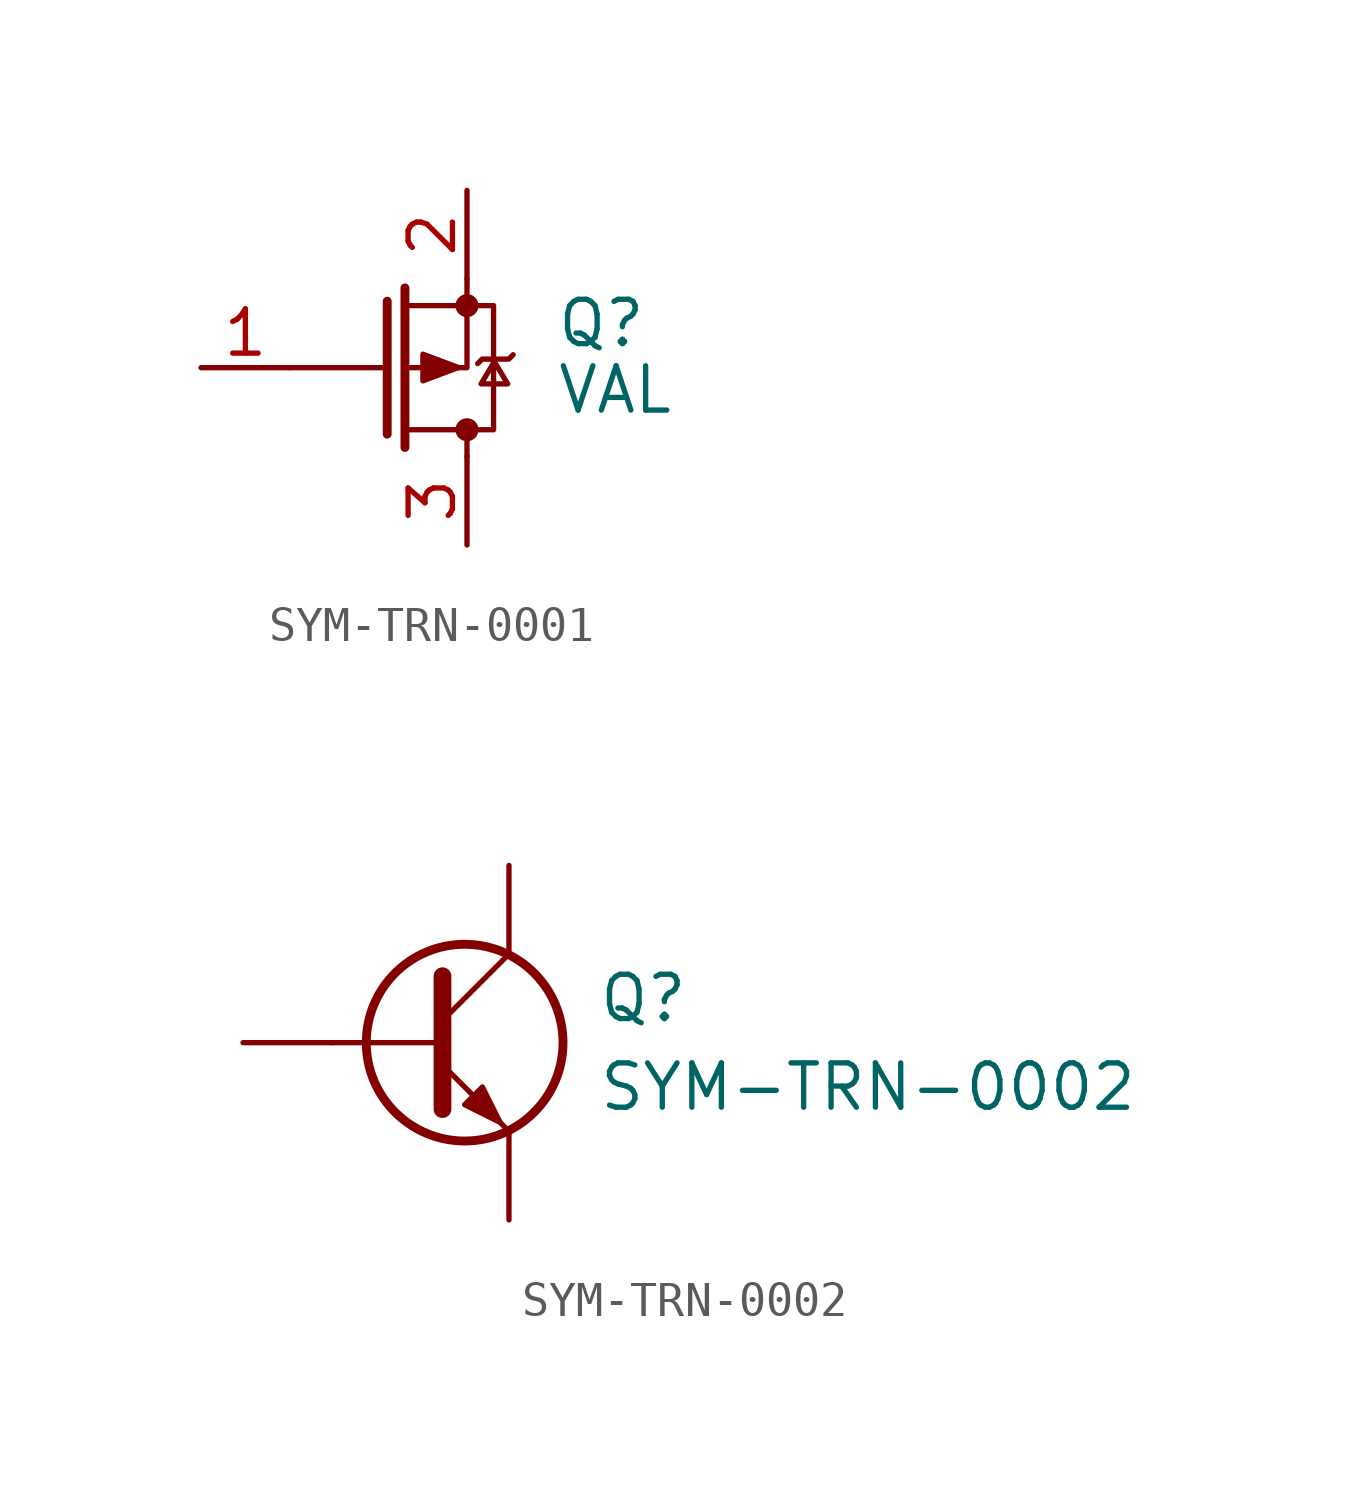
<source format=kicad_sym>
(kicad_symbol_lib
  (version 20241209)
  (generator "kicad_symbol_editor")
  (generator_version "9.0")
  (symbol "SYM-TRN-0001"
    (pin_names
      (offset 0)
      (hide yes))
    (property "Reference" "Q"
      (at 5.08 1.27 0)
      (effects (font (size 1.27 1.27)) (justify left)))
    (property "Value" "VAL"
      (at 5.08 -0.635 0)
      (effects (font (size 1.27 1.27)) (justify left)))
    (symbol "SYM-TRN-0001_0_1"
      (polyline (pts (xy 0.254 0) (xy -2.54 0)) (stroke (width 0) (type default)) (fill (type none)))
      (polyline (pts (xy 0.254 -1.905) (xy 0.254 1.905)) (stroke (width 0.254) (type default)) (fill (type none)))
      (polyline (pts (xy 0.762 1.778) (xy 3.302 1.778) (xy 3.302 -1.778) (xy 0.762 -1.778)) (stroke (width 0) (type default)) (fill (type none)))
      (polyline (pts (xy 0.762 -2.286) (xy 0.762 2.286)) (stroke (width 0.254) (type default)) (fill (type none)))
      (polyline (pts (xy 2.294 0.005) (xy 1.278 0.386) (xy 1.278 -0.376) (xy 2.294 0.005)) (stroke (width 0) (type default)) (fill (type outline)))
      (polyline (pts (xy 2.54 2.54) (xy 2.54 0) (xy 0.762 0)) (stroke (width 0) (type default)) (fill (type none)))
      (circle (center 2.54 1.778) (radius 0.254) (stroke (width 0) (type default)) (fill (type outline)))
      (circle (center 2.54 -1.778) (radius 0.254) (stroke (width 0) (type default)) (fill (type outline)))
      (polyline (pts (xy 2.54 -2.54) (xy 2.54 -1.778)) (stroke (width 0) (type default)) (fill (type none)))
      (polyline (pts (xy 3.325 0.171) (xy 3.706 -0.464) (xy 2.944 -0.464) (xy 3.325 0.171)) (stroke (width 0) (type default)) (fill (type none)))
      (polyline (pts (xy 3.863 0.372) (xy 3.736 0.245) (xy 2.974 0.245) (xy 2.847 0.118)) (stroke (width 0) (type default)) (fill (type none))))
    (symbol "SYM-TRN-0001_1_1"
      (pin input line (at -5.08 0 0) (length 2.54) (name "G" (effects (font (size 1.27 1.27)))) (number "1" (effects (font (size 1.27 1.27)))))
      (pin passive line (at 2.54 5.08 270) (length 2.54) (name "S" (effects (font (size 1.27 1.27)))) (number "2" (effects (font (size 1.27 1.27)))))
      (pin passive line (at 2.54 -5.08 90) (length 2.54) (name "D" (effects (font (size 1.27 1.27)))) (number "3" (effects (font (size 1.27 1.27)))))))
  (symbol "SYM-TRN-0002"
    (pin_numbers
      (hide yes))
    (pin_names
      (offset 0)
      (hide yes))
    (property "Reference" "Q"
      (at 5.08 1.27 0)
      (effects (font (size 1.27 1.27)) (justify left)))
    (property "Value" "SYM-TRN-0002"
      (at 5.08 -1.27 0)
      (effects (font (size 1.27 1.27)) (justify left)))
    (symbol "SYM-TRN-0002_0_1"
      (polyline (pts (xy -2.54 0) (xy 0.635 0)) (stroke (width 0) (type default)) (fill (type none)))
      (polyline (pts (xy 0.635 1.905) (xy 0.635 -1.905)) (stroke (width 0.508) (type default)) (fill (type none)))
      (polyline (pts (xy 0.635 0.635) (xy 2.54 2.54)) (stroke (width 0) (type default)) (fill (type none)))
      (polyline (pts (xy 0.635 -0.635) (xy 2.54 -2.54)) (stroke (width 0) (type default)) (fill (type none)))
      (circle (center 1.27 0) (radius 2.819) (stroke (width 0.254) (type default)) (fill (type none)))
      (polyline (pts (xy 1.27 -1.778) (xy 1.778 -1.27) (xy 2.286 -2.286) (xy 1.27 -1.778)) (stroke (width 0) (type default)) (fill (type outline))))
    (symbol "SYM-TRN-0002_1_1"
      (pin input line (at -5.08 0 0) (length 2.54) (name "B" (effects (font (size 1.27 1.27)))) (number "1" (effects (font (size 1.27 1.27)))))
      (pin passive line (at 2.54 5.08 270) (length 2.54) (name "C" (effects (font (size 1.27 1.27)))) (number "3" (effects (font (size 1.27 1.27)))))
      (pin passive line (at 2.54 -5.08 90) (length 2.54) (name "E" (effects (font (size 1.27 1.27)))) (number "2" (effects (font (size 1.27 1.27))))))))
</source>
